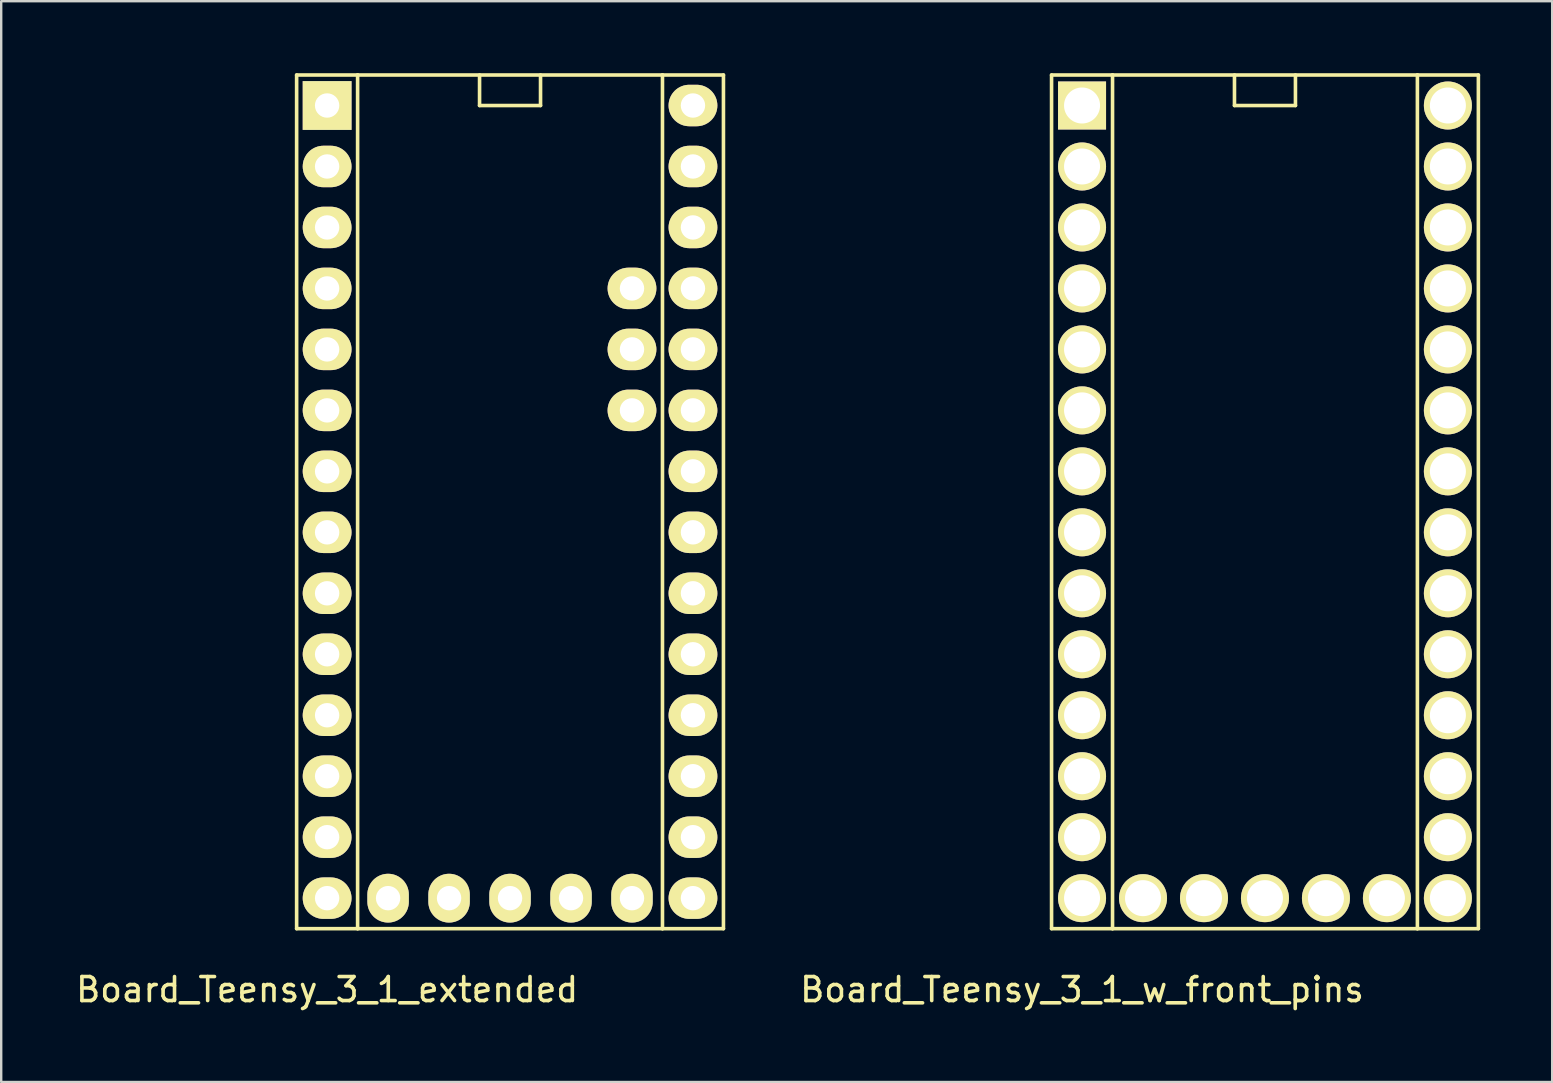
<source format=kicad_pcb>
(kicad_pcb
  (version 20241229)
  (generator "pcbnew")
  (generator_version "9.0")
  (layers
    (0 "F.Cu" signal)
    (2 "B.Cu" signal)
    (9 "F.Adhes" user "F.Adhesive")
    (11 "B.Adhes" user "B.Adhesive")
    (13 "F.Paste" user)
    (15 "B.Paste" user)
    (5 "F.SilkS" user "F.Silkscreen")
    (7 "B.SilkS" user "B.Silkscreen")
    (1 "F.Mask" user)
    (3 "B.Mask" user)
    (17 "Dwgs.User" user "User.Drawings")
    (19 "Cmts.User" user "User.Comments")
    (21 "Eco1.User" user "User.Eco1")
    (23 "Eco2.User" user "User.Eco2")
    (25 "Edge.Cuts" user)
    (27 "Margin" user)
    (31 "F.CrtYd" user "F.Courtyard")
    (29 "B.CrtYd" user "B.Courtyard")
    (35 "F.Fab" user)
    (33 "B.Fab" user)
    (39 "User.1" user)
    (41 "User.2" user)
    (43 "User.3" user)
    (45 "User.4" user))
  (footprint "Board_Teensy_3_1_extended"
    (layer "F.Cu")
    (at 18.197 19.125)
    (property "Reference" "Board_Teensy_3_1_extended" (at -7.62 19.05 0) (layer "F.SilkS") (effects (font (size 1 1) (thickness 0.15))))
    (attr through_hole)
    (fp_line (start -8.89 -19.05) (end -8.89 16.51) (stroke (width 0.15) (type solid)) (layer "F.SilkS"))
    (fp_line (start -8.89 16.51) (end -6.35 16.51) (stroke (width 0.15) (type solid)) (layer "F.SilkS"))
    (fp_line (start -6.35 -19.05) (end -8.89 -19.05) (stroke (width 0.15) (type solid)) (layer "F.SilkS"))
    (fp_line (start -6.35 -19.05) (end 6.35 -19.05) (stroke (width 0.15) (type solid)) (layer "F.SilkS"))
    (fp_line (start -6.35 16.51) (end -6.35 -19.05) (stroke (width 0.15) (type solid)) (layer "F.SilkS"))
    (fp_line (start -6.35 16.51) (end 6.35 16.51) (stroke (width 0.15) (type solid)) (layer "F.SilkS"))
    (fp_line (start -1.27 -19.05) (end -1.27 -17.78) (stroke (width 0.15) (type solid)) (layer "F.SilkS"))
    (fp_line (start -1.27 -17.78) (end 1.27 -17.78) (stroke (width 0.15) (type solid)) (layer "F.SilkS"))
    (fp_line (start 1.27 -17.78) (end 1.27 -19.05) (stroke (width 0.15) (type solid)) (layer "F.SilkS"))
    (fp_line (start 6.35 -19.05) (end 6.35 16.51) (stroke (width 0.15) (type solid)) (layer "F.SilkS"))
    (fp_line (start 6.35 16.51) (end 8.89 16.51) (stroke (width 0.15) (type solid)) (layer "F.SilkS"))
    (fp_line (start 8.89 -19.05) (end 6.35 -19.05) (stroke (width 0.15) (type solid)) (layer "F.SilkS"))
    (fp_line (start 8.89 16.51) (end 8.89 -19.05) (stroke (width 0.15) (type solid)) (layer "F.SilkS"))
    (pad "1" thru_hole rect (at -7.62 -17.78) (size 2.032 2.032) (drill 1.016) (layers "*.Cu" "*.Mask" "F.SilkS"))
    (pad "2" thru_hole oval (at -7.62 -15.24) (size 2.032 1.727) (drill 1.016) (layers "*.Cu" "*.Mask" "F.SilkS"))
    (pad "3" thru_hole oval (at -7.62 -12.7) (size 2.032 1.727) (drill 1.016) (layers "*.Cu" "*.Mask" "F.SilkS"))
    (pad "4" thru_hole oval (at -7.62 -10.16) (size 2.032 1.727) (drill 1.016) (layers "*.Cu" "*.Mask" "F.SilkS"))
    (pad "5" thru_hole oval (at -7.62 -7.62) (size 2.032 1.727) (drill 1.016) (layers "*.Cu" "*.Mask" "F.SilkS"))
    (pad "6" thru_hole oval (at -7.62 -5.08) (size 2.032 1.727) (drill 1.016) (layers "*.Cu" "*.Mask" "F.SilkS"))
    (pad "7" thru_hole oval (at -7.62 -2.54) (size 2.032 1.727) (drill 1.016) (layers "*.Cu" "*.Mask" "F.SilkS"))
    (pad "8" thru_hole oval (at -7.62 0) (size 2.032 1.727) (drill 1.016) (layers "*.Cu" "*.Mask" "F.SilkS"))
    (pad "9" thru_hole oval (at -7.62 2.54) (size 2.032 1.727) (drill 1.016) (layers "*.Cu" "*.Mask" "F.SilkS"))
    (pad "10" thru_hole oval (at -7.62 5.08) (size 2.032 1.727) (drill 1.016) (layers "*.Cu" "*.Mask" "F.SilkS"))
    (pad "11" thru_hole oval (at -7.62 7.62) (size 2.032 1.727) (drill 1.016) (layers "*.Cu" "*.Mask" "F.SilkS"))
    (pad "12" thru_hole oval (at -7.62 10.16) (size 2.032 1.727) (drill 1.016) (layers "*.Cu" "*.Mask" "F.SilkS"))
    (pad "13" thru_hole oval (at -7.62 12.7) (size 2.032 1.727) (drill 1.016) (layers "*.Cu" "*.Mask" "F.SilkS"))
    (pad "14" thru_hole oval (at -7.62 15.24) (size 2.032 1.727) (drill 1.016) (layers "*.Cu" "*.Mask" "F.SilkS"))
    (pad "15" thru_hole oval (at 7.62 15.24) (size 2.032 1.727) (drill 1.016) (layers "*.Cu" "*.Mask" "F.SilkS"))
    (pad "16" thru_hole oval (at 7.62 12.7) (size 2.032 1.727) (drill 1.016) (layers "*.Cu" "*.Mask" "F.SilkS"))
    (pad "17" thru_hole oval (at 7.62 10.16) (size 2.032 1.727) (drill 1.016) (layers "*.Cu" "*.Mask" "F.SilkS"))
    (pad "18" thru_hole oval (at 7.62 7.62) (size 2.032 1.727) (drill 1.016) (layers "*.Cu" "*.Mask" "F.SilkS"))
    (pad "19" thru_hole oval (at 7.62 5.08) (size 2.032 1.727) (drill 1.016) (layers "*.Cu" "*.Mask" "F.SilkS"))
    (pad "20" thru_hole oval (at 7.62 2.54) (size 2.032 1.727) (drill 1.016) (layers "*.Cu" "*.Mask" "F.SilkS"))
    (pad "21" thru_hole oval (at 7.62 0) (size 2.032 1.727) (drill 1.016) (layers "*.Cu" "*.Mask" "F.SilkS"))
    (pad "22" thru_hole oval (at 7.62 -2.54) (size 2.032 1.727) (drill 1.016) (layers "*.Cu" "*.Mask" "F.SilkS"))
    (pad "23" thru_hole oval (at 7.62 -5.08) (size 2.032 1.727) (drill 1.016) (layers "*.Cu" "*.Mask" "F.SilkS"))
    (pad "24" thru_hole oval (at 7.62 -7.62) (size 2.032 1.727) (drill 1.016) (layers "*.Cu" "*.Mask" "F.SilkS"))
    (pad "25" thru_hole oval (at 7.62 -10.16) (size 2.032 1.727) (drill 1.016) (layers "*.Cu" "*.Mask" "F.SilkS"))
    (pad "26" thru_hole oval (at 7.62 -12.7) (size 2.032 1.727) (drill 1.016) (layers "*.Cu" "*.Mask" "F.SilkS"))
    (pad "27" thru_hole oval (at 7.62 -15.24) (size 2.032 1.727) (drill 1.016) (layers "*.Cu" "*.Mask" "F.SilkS"))
    (pad "28" thru_hole oval (at 7.62 -17.78) (size 2.032 1.727) (drill 1.016) (layers "*.Cu" "*.Mask" "F.SilkS"))
    (pad "29" thru_hole oval (at 5.08 15.24) (size 1.727 2.032) (drill 1.016) (layers "*.Cu" "*.Mask" "F.SilkS"))
    (pad "30" thru_hole oval (at 2.54 15.24) (size 1.727 2.032) (drill 1.016) (layers "*.Cu" "*.Mask" "F.SilkS"))
    (pad "31" thru_hole oval (at 0 15.24) (size 1.727 2.032) (drill 1.016) (layers "*.Cu" "*.Mask" "F.SilkS"))
    (pad "32" thru_hole oval (at -2.54 15.24) (size 1.727 2.032) (drill 1.016) (layers "*.Cu" "*.Mask" "F.SilkS"))
    (pad "33" thru_hole oval (at -5.08 15.24) (size 1.727 2.032) (drill 1.016) (layers "*.Cu" "*.Mask" "F.SilkS"))
    (pad "34" thru_hole oval (at 5.08 -5.08) (size 2.032 1.727) (drill 1.016) (layers "*.Cu" "*.Mask" "F.SilkS"))
    (pad "35" thru_hole oval (at 5.08 -7.62) (size 2.032 1.727) (drill 1.016) (layers "*.Cu" "*.Mask" "F.SilkS"))
    (pad "36" thru_hole oval (at 5.08 -10.16) (size 2.032 1.727) (drill 1.016) (layers "*.Cu" "*.Mask" "F.SilkS")))
  (footprint "Board_Teensy_3_1_w_front_pins"
    (layer "F.Cu")
    (at 49.645 19.125)
    (property "Reference" "Board_Teensy_3_1_w_front_pins" (at -7.62 19.05 0) (layer "F.SilkS") (effects (font (size 1 1) (thickness 0.15))))
    (attr through_hole)
    (fp_line (start -8.89 -19.05) (end -8.89 16.51) (stroke (width 0.15) (type solid)) (layer "F.SilkS"))
    (fp_line (start -8.89 16.51) (end -6.35 16.51) (stroke (width 0.15) (type solid)) (layer "F.SilkS"))
    (fp_line (start -6.35 -19.05) (end -8.89 -19.05) (stroke (width 0.15) (type solid)) (layer "F.SilkS"))
    (fp_line (start -6.35 -19.05) (end 6.35 -19.05) (stroke (width 0.15) (type solid)) (layer "F.SilkS"))
    (fp_line (start -6.35 16.51) (end -6.35 -19.05) (stroke (width 0.15) (type solid)) (layer "F.SilkS"))
    (fp_line (start -6.35 16.51) (end 6.35 16.51) (stroke (width 0.15) (type solid)) (layer "F.SilkS"))
    (fp_line (start -1.27 -19.05) (end -1.27 -17.78) (stroke (width 0.15) (type solid)) (layer "F.SilkS"))
    (fp_line (start -1.27 -17.78) (end 1.27 -17.78) (stroke (width 0.15) (type solid)) (layer "F.SilkS"))
    (fp_line (start 1.27 -17.78) (end 1.27 -19.05) (stroke (width 0.15) (type solid)) (layer "F.SilkS"))
    (fp_line (start 6.35 -19.05) (end 6.35 16.51) (stroke (width 0.15) (type solid)) (layer "F.SilkS"))
    (fp_line (start 6.35 16.51) (end 8.89 16.51) (stroke (width 0.15) (type solid)) (layer "F.SilkS"))
    (fp_line (start 8.89 -19.05) (end 6.35 -19.05) (stroke (width 0.15) (type solid)) (layer "F.SilkS"))
    (fp_line (start 8.89 16.51) (end 8.89 -19.05) (stroke (width 0.15) (type solid)) (layer "F.SilkS"))
    (pad "1" thru_hole rect (at -7.62 -17.78) (size 2 2) (drill 1.5) (layers "*.Cu" "*.Mask" "F.SilkS"))
    (pad "2" thru_hole circle (at -7.62 -15.24) (size 2 2) (drill 1.5) (layers "*.Cu" "*.Mask" "F.SilkS"))
    (pad "3" thru_hole circle (at -7.62 -12.7) (size 2 2) (drill 1.5) (layers "*.Cu" "*.Mask" "F.SilkS"))
    (pad "4" thru_hole circle (at -7.62 -10.16) (size 2 2) (drill 1.5) (layers "*.Cu" "*.Mask" "F.SilkS"))
    (pad "5" thru_hole circle (at -7.62 -7.62) (size 2 2) (drill 1.5) (layers "*.Cu" "*.Mask" "F.SilkS"))
    (pad "6" thru_hole circle (at -7.62 -5.08) (size 2 2) (drill 1.5) (layers "*.Cu" "*.Mask" "F.SilkS"))
    (pad "7" thru_hole circle (at -7.62 -2.54) (size 2 2) (drill 1.5) (layers "*.Cu" "*.Mask" "F.SilkS"))
    (pad "8" thru_hole circle (at -7.62 0) (size 2 2) (drill 1.5) (layers "*.Cu" "*.Mask" "F.SilkS"))
    (pad "9" thru_hole circle (at -7.62 2.54) (size 2 2) (drill 1.5) (layers "*.Cu" "*.Mask" "F.SilkS"))
    (pad "10" thru_hole circle (at -7.62 5.08) (size 2 2) (drill 1.5) (layers "*.Cu" "*.Mask" "F.SilkS"))
    (pad "11" thru_hole circle (at -7.62 7.62) (size 2 2) (drill 1.5) (layers "*.Cu" "*.Mask" "F.SilkS"))
    (pad "12" thru_hole circle (at -7.62 10.16) (size 2 2) (drill 1.5) (layers "*.Cu" "*.Mask" "F.SilkS"))
    (pad "13" thru_hole circle (at -7.62 12.7) (size 2 2) (drill 1.5) (layers "*.Cu" "*.Mask" "F.SilkS"))
    (pad "14" thru_hole circle (at -7.62 15.24) (size 2 2) (drill 1.5) (layers "*.Cu" "*.Mask" "F.SilkS"))
    (pad "15" thru_hole circle (at 7.62 15.24) (size 2 2) (drill 1.5) (layers "*.Cu" "*.Mask" "F.SilkS"))
    (pad "16" thru_hole circle (at 7.62 12.7) (size 2 2) (drill 1.5) (layers "*.Cu" "*.Mask" "F.SilkS"))
    (pad "17" thru_hole circle (at 7.62 10.16) (size 2 2) (drill 1.5) (layers "*.Cu" "*.Mask" "F.SilkS"))
    (pad "18" thru_hole circle (at 7.62 7.62) (size 2 2) (drill 1.5) (layers "*.Cu" "*.Mask" "F.SilkS"))
    (pad "19" thru_hole circle (at 7.62 5.08) (size 2 2) (drill 1.5) (layers "*.Cu" "*.Mask" "F.SilkS"))
    (pad "20" thru_hole circle (at 7.62 2.54) (size 2 2) (drill 1.5) (layers "*.Cu" "*.Mask" "F.SilkS"))
    (pad "21" thru_hole circle (at 7.62 0) (size 2 2) (drill 1.5) (layers "*.Cu" "*.Mask" "F.SilkS"))
    (pad "22" thru_hole circle (at 7.62 -2.54) (size 2 2) (drill 1.5) (layers "*.Cu" "*.Mask" "F.SilkS"))
    (pad "23" thru_hole circle (at 7.62 -5.08) (size 2 2) (drill 1.5) (layers "*.Cu" "*.Mask" "F.SilkS"))
    (pad "24" thru_hole circle (at 7.62 -7.62) (size 2 2) (drill 1.5) (layers "*.Cu" "*.Mask" "F.SilkS"))
    (pad "25" thru_hole circle (at 7.62 -10.16) (size 2 2) (drill 1.5) (layers "*.Cu" "*.Mask" "F.SilkS"))
    (pad "26" thru_hole circle (at 7.62 -12.7) (size 2 2) (drill 1.5) (layers "*.Cu" "*.Mask" "F.SilkS"))
    (pad "27" thru_hole circle (at 7.62 -15.24) (size 2 2) (drill 1.5) (layers "*.Cu" "*.Mask" "F.SilkS"))
    (pad "28" thru_hole circle (at 7.62 -17.78) (size 2 2) (drill 1.5) (layers "*.Cu" "*.Mask" "F.SilkS"))
    (pad "29" thru_hole circle (at 5.08 15.24) (size 2 2) (drill 1.5) (layers "*.Cu" "*.Mask" "F.SilkS"))
    (pad "30" thru_hole circle (at 2.54 15.24) (size 2 2) (drill 1.5) (layers "*.Cu" "*.Mask" "F.SilkS"))
    (pad "31" thru_hole circle (at 0 15.24) (size 2 2) (drill 1.5) (layers "*.Cu" "*.Mask" "F.SilkS"))
    (pad "32" thru_hole circle (at -2.54 15.24) (size 2 2) (drill 1.5) (layers "*.Cu" "*.Mask" "F.SilkS"))
    (pad "33" thru_hole circle (at -5.08 15.24) (size 2 2) (drill 1.5) (layers "*.Cu" "*.Mask" "F.SilkS")))
  (gr_rect
    (start -3 -3)
    (end 61.61 42.023)
    (stroke (width 0.1) (type default))
    (fill no)
    (layer "Edge.Cuts")))
</source>
